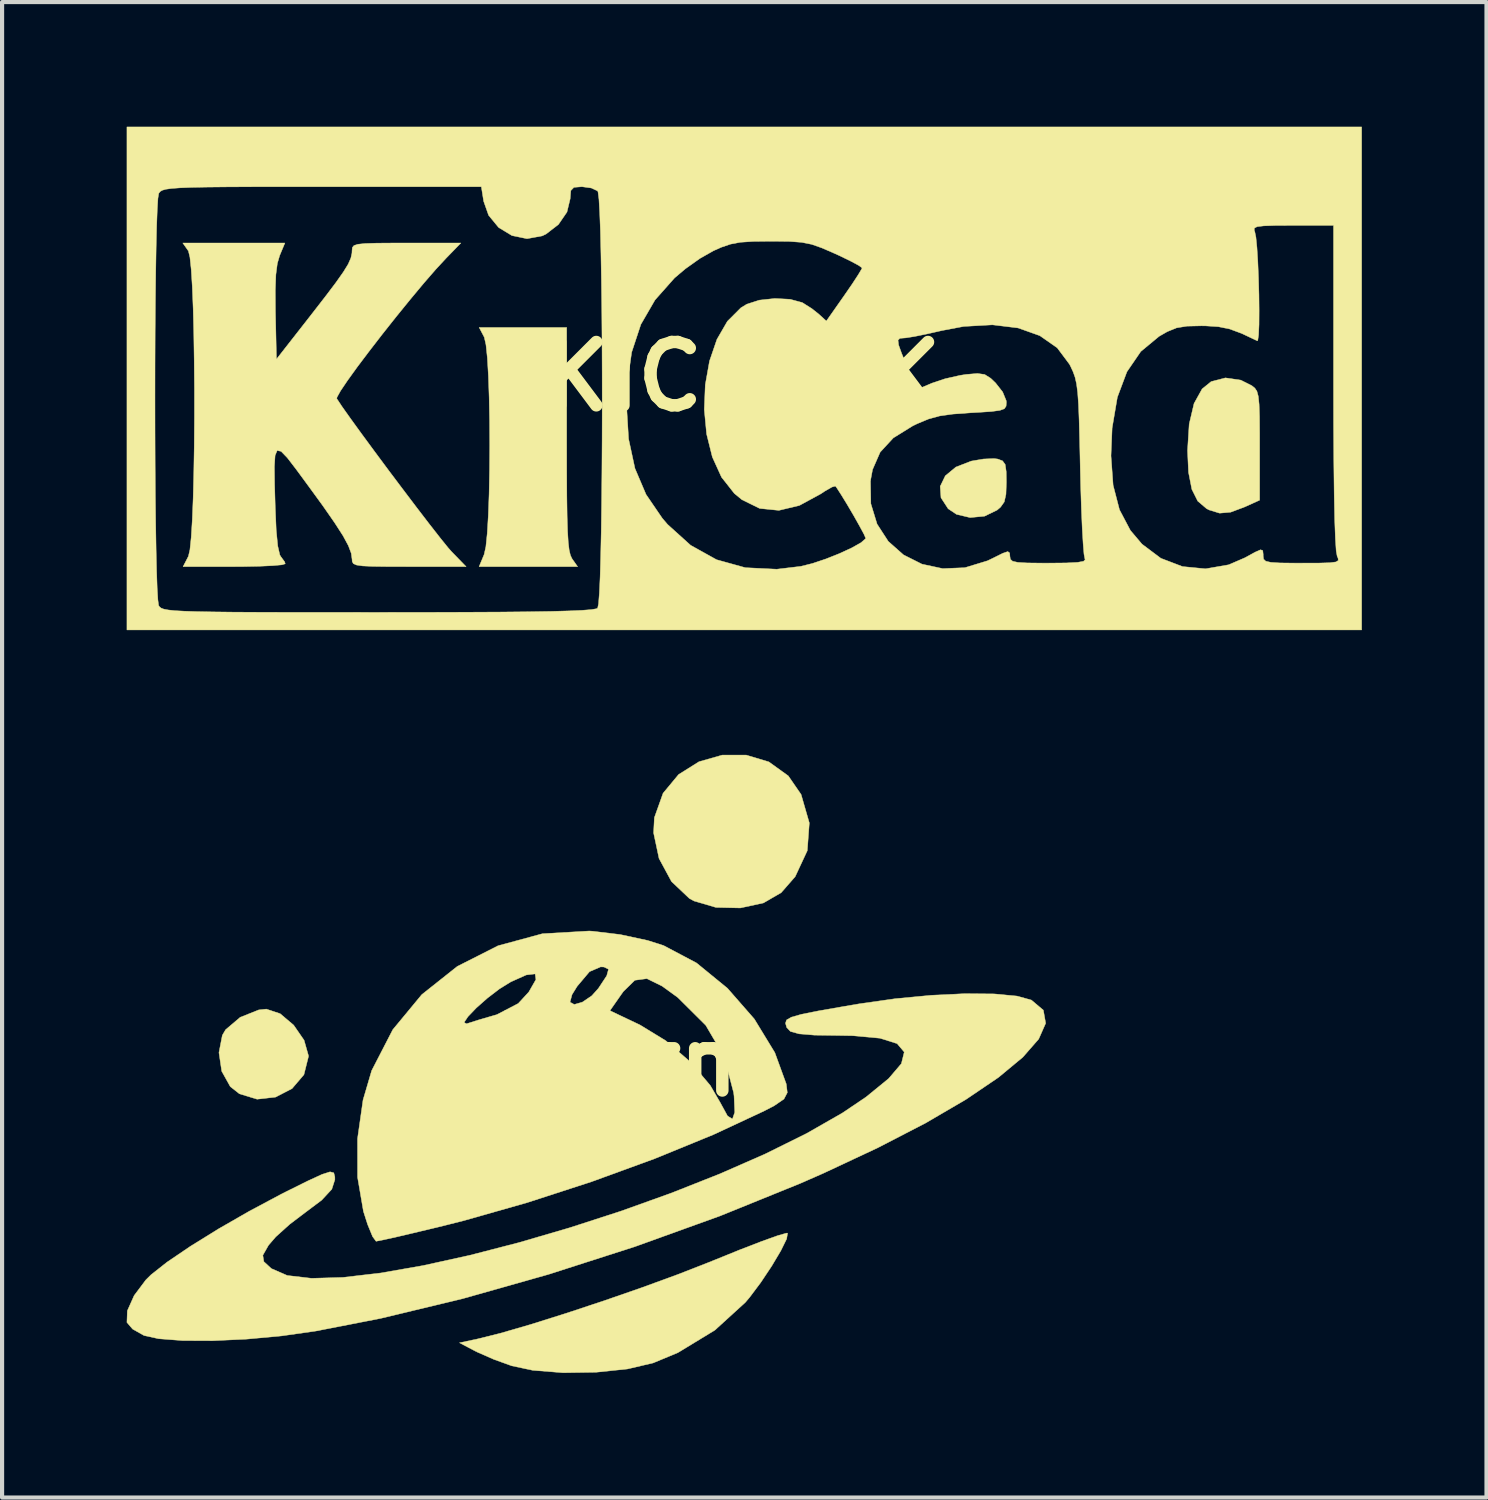
<source format=kicad_pcb>
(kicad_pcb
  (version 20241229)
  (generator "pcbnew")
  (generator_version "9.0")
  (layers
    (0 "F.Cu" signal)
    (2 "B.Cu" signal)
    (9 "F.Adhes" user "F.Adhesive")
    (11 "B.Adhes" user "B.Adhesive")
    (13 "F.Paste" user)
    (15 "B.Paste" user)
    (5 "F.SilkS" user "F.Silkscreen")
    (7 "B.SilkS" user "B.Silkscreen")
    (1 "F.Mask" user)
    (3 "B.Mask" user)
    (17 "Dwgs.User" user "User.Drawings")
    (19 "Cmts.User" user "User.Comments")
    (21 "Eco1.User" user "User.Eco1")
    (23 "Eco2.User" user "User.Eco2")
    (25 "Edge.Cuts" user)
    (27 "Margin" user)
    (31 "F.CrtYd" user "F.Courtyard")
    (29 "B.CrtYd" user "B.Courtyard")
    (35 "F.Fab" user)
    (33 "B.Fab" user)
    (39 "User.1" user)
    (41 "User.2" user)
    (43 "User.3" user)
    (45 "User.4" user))
  (footprint "KiCadSK"
    (layer "F.Cu")
    (at 14.822 6.016)
    (property "Reference" "KiCadSK" (at 0 0 0) (layer "F.SilkS") (effects (font (size 1.524 1.524) (thickness 0.3))))
    (attr through_hole)
    (fp_poly (pts (xy 6.14 1.982) (xy 6.258 2.026) (xy 6.321 2.112) (xy 6.346 2.285) (xy 6.35 2.535) (xy 6.34 2.83) (xy 6.299 3.014) (xy 6.208 3.142) (xy 6.127 3.211) (xy 5.824 3.358) (xy 5.477 3.391) (xy 5.149 3.313) (xy 4.949 3.179) (xy 4.776 2.913) (xy 4.757 2.64) (xy 4.88 2.386) (xy 5.135 2.175) (xy 5.504 2.032) (xy 5.794 1.982) (xy 6.05 1.971) (xy 6.14 1.982)) (stroke (width 0.01) (type solid)) (fill yes) (layer "F.SilkS"))
    (fp_poly (pts (xy 11.992 0.083) (xy 12.258 0.217) (xy 12.33 0.275) (xy 12.38 0.35) (xy 12.413 0.472) (xy 12.433 0.666) (xy 12.443 0.96) (xy 12.446 1.381) (xy 12.446 1.66) (xy 12.446 2.972) (xy 12.086 3.135) (xy 11.747 3.262) (xy 11.482 3.285) (xy 11.231 3.208) (xy 11.167 3.175) (xy 10.956 2.995) (xy 10.814 2.711) (xy 10.734 2.303) (xy 10.71 1.778) (xy 10.75 1.141) (xy 10.867 0.645) (xy 11.061 0.295) (xy 11.279 0.118) (xy 11.622 0.029) (xy 11.992 0.083)) (stroke (width 0.01) (type solid)) (fill yes) (layer "F.SilkS"))
    (fp_poly (pts (xy -4.233 1.505) (xy -4.232 2.269) (xy -4.229 2.881) (xy -4.222 3.359) (xy -4.211 3.722) (xy -4.195 3.987) (xy -4.173 4.172) (xy -4.144 4.295) (xy -4.108 4.374) (xy -4.102 4.384) (xy -3.97 4.572) (xy -6.341 4.572) (xy -6.219 4.278) (xy -6.178 4.094) (xy -6.145 3.772) (xy -6.119 3.34) (xy -6.1 2.825) (xy -6.089 2.255) (xy -6.085 1.658) (xy -6.088 1.062) (xy -6.099 0.493) (xy -6.117 -0.019) (xy -6.142 -0.448) (xy -6.175 -0.766) (xy -6.215 -0.944) (xy -6.218 -0.953) (xy -6.34 -1.185) (xy -4.233 -1.185) (xy -4.233 1.505)) (stroke (width 0.01) (type solid)) (fill yes) (layer "F.SilkS"))
    (fp_poly (pts (xy -11.14 -2.918) (xy -11.197 -2.725) (xy -11.232 -2.456) (xy -11.246 -2.081) (xy -11.243 -1.57) (xy -11.242 -1.52) (xy -11.218 -0.421) (xy -10.406 -1.459) (xy -10.052 -1.915) (xy -9.791 -2.26) (xy -9.609 -2.518) (xy -9.492 -2.708) (xy -9.428 -2.853) (xy -9.401 -2.974) (xy -9.398 -3.042) (xy -9.391 -3.109) (xy -9.353 -3.156) (xy -9.26 -3.187) (xy -9.086 -3.205) (xy -8.807 -3.214) (xy -8.399 -3.217) (xy -8.089 -3.217) (xy -6.78 -3.217) (xy -7.136 -2.85) (xy -7.379 -2.588) (xy -7.67 -2.253) (xy -7.992 -1.867) (xy -8.331 -1.45) (xy -8.668 -1.025) (xy -8.988 -0.611) (xy -9.274 -0.232) (xy -9.509 0.094) (xy -9.677 0.343) (xy -9.761 0.495) (xy -9.766 0.529) (xy -9.641 0.718) (xy -9.434 1.01) (xy -9.165 1.381) (xy -8.853 1.805) (xy -8.515 2.26) (xy -8.17 2.718) (xy -7.837 3.158) (xy -7.534 3.553) (xy -7.279 3.879) (xy -7.091 4.112) (xy -7.003 4.212) (xy -6.653 4.572) (xy -8.026 4.572) (xy -8.536 4.571) (xy -8.901 4.566) (xy -9.145 4.555) (xy -9.293 4.533) (xy -9.368 4.499) (xy -9.395 4.448) (xy -9.398 4.398) (xy -9.418 4.251) (xy -9.487 4.068) (xy -9.615 3.83) (xy -9.816 3.518) (xy -10.099 3.111) (xy -10.447 2.633) (xy -10.741 2.233) (xy -10.957 1.952) (xy -11.107 1.797) (xy -11.201 1.777) (xy -11.251 1.897) (xy -11.268 2.165) (xy -11.263 2.589) (xy -11.247 3.15) (xy -11.224 3.694) (xy -11.187 4.075) (xy -11.137 4.291) (xy -11.113 4.331) (xy -11.021 4.456) (xy -11.007 4.504) (xy -11.086 4.528) (xy -11.306 4.548) (xy -11.635 4.563) (xy -12.044 4.571) (xy -12.237 4.572) (xy -13.466 4.572) (xy -13.337 4.322) (xy -13.301 4.167) (xy -13.27 3.868) (xy -13.244 3.447) (xy -13.223 2.926) (xy -13.208 2.327) (xy -13.197 1.673) (xy -13.192 0.986) (xy -13.192 0.288) (xy -13.198 -0.398) (xy -13.208 -1.05) (xy -13.223 -1.646) (xy -13.244 -2.164) (xy -13.27 -2.581) (xy -13.301 -2.875) (xy -13.337 -3.024) (xy -13.34 -3.029) (xy -13.472 -3.217) (xy -11.015 -3.217) (xy -11.14 -2.918)) (stroke (width 0.01) (type solid)) (fill yes) (layer "F.SilkS"))
    (fp_poly (pts (xy 14.901 6.096) (xy -14.817 6.096) (xy -14.817 0.512) (xy -14.142 0.512) (xy -14.141 1.313) (xy -14.138 2.096) (xy -14.133 2.842) (xy -14.125 3.533) (xy -14.115 4.15) (xy -14.103 4.675) (xy -14.089 5.088) (xy -14.072 5.371) (xy -14.054 5.505) (xy -14.052 5.509) (xy -14.029 5.543) (xy -13.992 5.571) (xy -13.927 5.595) (xy -13.821 5.615) (xy -13.663 5.632) (xy -13.439 5.644) (xy -13.137 5.654) (xy -12.744 5.661) (xy -12.247 5.667) (xy -11.633 5.67) (xy -10.891 5.672) (xy -10.007 5.672) (xy -8.968 5.673) (xy -8.777 5.673) (xy -7.642 5.672) (xy -6.666 5.669) (xy -5.841 5.665) (xy -5.157 5.658) (xy -4.605 5.649) (xy -4.174 5.637) (xy -3.857 5.623) (xy -3.642 5.606) (xy -3.521 5.586) (xy -3.488 5.571) (xy -3.466 5.466) (xy -3.446 5.209) (xy -3.428 4.82) (xy -3.414 4.317) (xy -3.401 3.718) (xy -3.392 3.041) (xy -3.385 2.305) (xy -3.38 1.529) (xy -3.378 0.73) (xy -3.378 0.674) (xy -2.793 0.674) (xy -2.743 1.497) (xy -2.59 2.208) (xy -2.323 2.835) (xy -1.933 3.406) (xy -1.804 3.557) (xy -1.249 4.058) (xy -0.625 4.405) (xy 0.067 4.597) (xy 0.824 4.634) (xy 1.403 4.565) (xy 1.683 4.495) (xy 2.008 4.386) (xy 2.337 4.255) (xy 2.631 4.119) (xy 2.851 3.995) (xy 2.959 3.901) (xy 2.963 3.885) (xy 2.923 3.792) (xy 2.819 3.599) (xy 2.677 3.347) (xy 2.521 3.081) (xy 2.376 2.844) (xy 2.269 2.678) (xy 2.235 2.633) (xy 2.154 2.656) (xy 1.984 2.753) (xy 1.885 2.819) (xy 1.368 3.1) (xy 0.875 3.218) (xy 0.412 3.171) (xy -0.015 2.961) (xy -0.198 2.81) (xy -0.438 2.505) (xy 3.079 2.505) (xy 3.088 3.058) (xy 3.238 3.548) (xy 3.507 3.963) (xy 3.875 4.289) (xy 4.319 4.512) (xy 4.818 4.619) (xy 5.351 4.597) (xy 5.896 4.431) (xy 6.031 4.366) (xy 6.264 4.25) (xy 6.384 4.209) (xy 6.428 4.242) (xy 6.435 4.322) (xy 6.446 4.394) (xy 6.5 4.442) (xy 6.626 4.47) (xy 6.853 4.483) (xy 7.209 4.487) (xy 7.371 4.487) (xy 7.791 4.483) (xy 8.063 4.469) (xy 8.208 4.443) (xy 8.247 4.401) (xy 8.239 4.381) (xy 8.218 4.27) (xy 8.197 4.014) (xy 8.175 3.638) (xy 8.155 3.166) (xy 8.138 2.622) (xy 8.128 2.199) (xy 8.122 1.905) (xy 8.868 1.905) (xy 8.919 2.612) (xy 9.072 3.202) (xy 9.334 3.699) (xy 9.614 4.03) (xy 10.068 4.371) (xy 10.589 4.57) (xy 11.144 4.624) (xy 11.701 4.527) (xy 12.094 4.357) (xy 12.338 4.223) (xy 12.468 4.166) (xy 12.521 4.185) (xy 12.531 4.275) (xy 12.531 4.318) (xy 12.541 4.392) (xy 12.593 4.441) (xy 12.715 4.469) (xy 12.936 4.483) (xy 13.285 4.487) (xy 13.465 4.487) (xy 13.871 4.486) (xy 14.135 4.478) (xy 14.282 4.459) (xy 14.339 4.423) (xy 14.332 4.365) (xy 14.312 4.324) (xy 14.288 4.193) (xy 14.269 3.898) (xy 14.252 3.442) (xy 14.24 2.829) (xy 14.231 2.064) (xy 14.225 1.152) (xy 14.224 0.26) (xy 14.224 -3.641) (xy 13.241 -3.641) (xy 12.822 -3.639) (xy 12.546 -3.63) (xy 12.387 -3.611) (xy 12.319 -3.577) (xy 12.316 -3.523) (xy 12.328 -3.493) (xy 12.356 -3.359) (xy 12.381 -3.107) (xy 12.402 -2.77) (xy 12.418 -2.382) (xy 12.429 -1.978) (xy 12.433 -1.591) (xy 12.431 -1.255) (xy 12.42 -1.005) (xy 12.401 -0.874) (xy 12.389 -0.863) (xy 12.015 -1.04) (xy 11.723 -1.148) (xy 11.452 -1.203) (xy 11.139 -1.223) (xy 11.042 -1.224) (xy 10.696 -1.216) (xy 10.446 -1.175) (xy 10.221 -1.083) (xy 10.026 -0.971) (xy 9.585 -0.606) (xy 9.251 -0.118) (xy 9.021 0.495) (xy 8.895 1.237) (xy 8.868 1.905) (xy 8.122 1.905) (xy 8.114 1.551) (xy 8.101 1.048) (xy 8.086 0.667) (xy 8.066 0.384) (xy 8.039 0.174) (xy 8.003 0.014) (xy 7.955 -0.12) (xy 7.893 -0.253) (xy 7.869 -0.299) (xy 7.574 -0.694) (xy 7.156 -0.986) (xy 6.631 -1.173) (xy 6.015 -1.248) (xy 5.322 -1.209) (xy 4.798 -1.11) (xy 4.446 -1.03) (xy 4.142 -0.968) (xy 3.935 -0.935) (xy 3.888 -0.931) (xy 3.787 -0.923) (xy 3.742 -0.878) (xy 3.755 -0.766) (xy 3.83 -0.558) (xy 3.96 -0.244) (xy 4.194 0.311) (xy 4.561 0.155) (xy 4.875 0.05) (xy 5.238 -0.032) (xy 5.381 -0.054) (xy 5.653 -0.077) (xy 5.827 -0.053) (xy 5.972 0.038) (xy 6.091 0.152) (xy 6.261 0.369) (xy 6.346 0.577) (xy 6.35 0.616) (xy 6.343 0.71) (xy 6.301 0.772) (xy 6.194 0.811) (xy 5.992 0.838) (xy 5.662 0.86) (xy 5.495 0.869) (xy 5.064 0.9) (xy 4.745 0.945) (xy 4.478 1.018) (xy 4.204 1.132) (xy 4.095 1.185) (xy 3.629 1.474) (xy 3.312 1.817) (xy 3.129 2.236) (xy 3.079 2.505) (xy -0.438 2.505) (xy -0.506 2.42) (xy -0.727 1.934) (xy -0.865 1.381) (xy -0.921 0.791) (xy -0.897 0.195) (xy -0.795 -0.377) (xy -0.617 -0.897) (xy -0.365 -1.333) (xy -0.041 -1.657) (xy 0.102 -1.745) (xy 0.404 -1.842) (xy 0.776 -1.882) (xy 1.144 -1.863) (xy 1.433 -1.785) (xy 1.443 -1.78) (xy 1.671 -1.636) (xy 1.834 -1.506) (xy 2.017 -1.339) (xy 2.448 -1.953) (xy 2.64 -2.232) (xy 2.787 -2.457) (xy 2.868 -2.594) (xy 2.877 -2.617) (xy 2.805 -2.672) (xy 2.613 -2.776) (xy 2.338 -2.91) (xy 2.221 -2.963) (xy 1.911 -3.098) (xy 1.664 -3.185) (xy 1.424 -3.233) (xy 1.133 -3.255) (xy 0.737 -3.26) (xy 0.677 -3.26) (xy 0.254 -3.255) (xy -0.051 -3.235) (xy -0.29 -3.19) (xy -0.513 -3.114) (xy -0.699 -3.031) (xy -1.024 -2.847) (xy -1.377 -2.596) (xy -1.637 -2.376) (xy -2.107 -1.846) (xy -2.448 -1.257) (xy -2.669 -0.587) (xy -2.778 0.186) (xy -2.793 0.674) (xy -3.378 0.674) (xy -3.379 -0.074) (xy -3.382 -0.862) (xy -3.388 -1.619) (xy -3.397 -2.324) (xy -3.408 -2.96) (xy -3.421 -3.508) (xy -3.438 -3.95) (xy -3.456 -4.268) (xy -3.478 -4.443) (xy -3.488 -4.47) (xy -3.639 -4.541) (xy -3.863 -4.572) (xy -3.869 -4.572) (xy -4.058 -4.557) (xy -4.134 -4.478) (xy -4.149 -4.282) (xy -4.226 -3.962) (xy -4.432 -3.662) (xy -4.729 -3.433) (xy -4.823 -3.388) (xy -5.188 -3.321) (xy -5.55 -3.396) (xy -5.871 -3.591) (xy -6.112 -3.884) (xy -6.231 -4.222) (xy -6.287 -4.572) (xy -10.126 -4.572) (xy -11.032 -4.572) (xy -11.783 -4.571) (xy -12.396 -4.568) (xy -12.883 -4.563) (xy -13.26 -4.556) (xy -13.542 -4.545) (xy -13.744 -4.53) (xy -13.881 -4.511) (xy -13.967 -4.486) (xy -14.017 -4.456) (xy -14.046 -4.419) (xy -14.052 -4.408) (xy -14.071 -4.289) (xy -14.087 -4.02) (xy -14.102 -3.618) (xy -14.114 -3.104) (xy -14.124 -2.494) (xy -14.132 -1.81) (xy -14.138 -1.068) (xy -14.141 -0.287) (xy -14.142 0.512) (xy -14.817 0.512) (xy -14.817 -6.011) (xy 14.901 -6.011) (xy 14.901 6.096)) (stroke (width 0.01) (type solid)) (fill yes) (layer "F.SilkS")))
  (footprint "saturn"
    (layer "F.Cu")
    (at 11.106 22.507)
    (property "Reference" "saturn" (at 0 0 0) (layer "F.SilkS") (effects (font (size 1.524 1.524) (thickness 0.3))))
    (attr through_hole)
    (fp_poly (pts (xy -7.414 -1.16) (xy -7.088 -0.884) (xy -6.837 -0.52) (xy -6.731 -0.146) (xy -6.731 -0.131) (xy -6.841 0.309) (xy -7.127 0.644) (xy -7.524 0.849) (xy -7.968 0.899) (xy -8.394 0.769) (xy -8.614 0.595) (xy -8.819 0.227) (xy -8.886 -0.223) (xy -8.805 -0.639) (xy -8.727 -0.773) (xy -8.374 -1.073) (xy -7.929 -1.25) (xy -7.746 -1.27) (xy -7.414 -1.16)) (stroke (width 0.01) (type solid)) (fill yes) (layer "F.SilkS"))
    (fp_poly (pts (xy 4.349 -7.22) (xy 4.817 -6.883) (xy 5.125 -6.436) (xy 5.323 -5.75) (xy 5.274 -5.082) (xy 4.983 -4.458) (xy 4.646 -4.072) (xy 4.218 -3.824) (xy 3.663 -3.704) (xy 3.075 -3.717) (xy 2.55 -3.871) (xy 2.436 -3.933) (xy 2.006 -4.34) (xy 1.706 -4.895) (xy 1.575 -5.511) (xy 1.594 -5.879) (xy 1.803 -6.465) (xy 2.177 -6.916) (xy 2.668 -7.224) (xy 3.226 -7.383) (xy 3.803 -7.384) (xy 4.349 -7.22)) (stroke (width 0.01) (type solid)) (fill yes) (layer "F.SilkS"))
    (fp_poly (pts (xy 4.8 4.123) (xy 4.777 4.262) (xy 4.638 4.545) (xy 4.419 4.913) (xy 4.156 5.308) (xy 3.885 5.669) (xy 3.782 5.791) (xy 3.049 6.459) (xy 2.159 7) (xy 1.565 7.247) (xy 0.947 7.392) (xy 0.192 7.471) (xy -0.601 7.483) (xy -1.334 7.424) (xy -1.841 7.316) (xy -2.273 7.16) (xy -2.673 6.984) (xy -2.723 6.959) (xy -3.097 6.762) (xy -2.66 6.669) (xy -2.111 6.532) (xy -1.384 6.321) (xy -0.536 6.054) (xy 0.376 5.752) (xy 1.295 5.433) (xy 2.162 5.116) (xy 2.92 4.82) (xy 3.038 4.772) (xy 3.645 4.526) (xy 4.165 4.325) (xy 4.555 4.185) (xy 4.771 4.123) (xy 4.8 4.123)) (stroke (width 0.01) (type solid)) (fill yes) (layer "F.SilkS"))
    (fp_poly (pts (xy 9.771 -1.635) (xy 10.324 -1.583) (xy 10.668 -1.487) (xy 10.956 -1.244) (xy 11.012 -0.929) (xy 10.844 -0.549) (xy 10.462 -0.112) (xy 9.875 0.375) (xy 9.093 0.905) (xy 8.123 1.472) (xy 6.975 2.066) (xy 5.658 2.683) (xy 5.109 2.924) (xy 3.176 3.708) (xy 1.133 4.445) (xy -0.953 5.115) (xy -3.018 5.699) (xy -4.996 6.175) (xy -6.56 6.48) (xy -7.378 6.596) (xy -8.221 6.674) (xy -9.033 6.712) (xy -9.758 6.709) (xy -10.339 6.664) (xy -10.689 6.587) (xy -10.964 6.432) (xy -11.101 6.272) (xy -11.091 5.991) (xy -10.927 5.624) (xy -10.647 5.25) (xy -10.521 5.125) (xy -10.136 4.821) (xy -9.577 4.442) (xy -8.898 4.021) (xy -8.153 3.593) (xy -7.399 3.191) (xy -7.271 3.126) (xy -6.745 2.865) (xy -6.406 2.709) (xy -6.212 2.647) (xy -6.122 2.671) (xy -6.097 2.768) (xy -6.096 2.835) (xy -6.17 3.066) (xy -6.413 3.328) (xy -6.786 3.608) (xy -7.184 3.91) (xy -7.52 4.213) (xy -7.693 4.414) (xy -7.83 4.655) (xy -7.806 4.808) (xy -7.624 4.976) (xy -7.243 5.142) (xy -6.659 5.21) (xy -5.9 5.188) (xy -4.993 5.082) (xy -3.967 4.902) (xy -2.847 4.655) (xy -1.663 4.349) (xy -0.442 3.992) (xy 0.789 3.593) (xy 2.002 3.158) (xy 3.17 2.696) (xy 4.264 2.216) (xy 5.257 1.724) (xy 6.122 1.229) (xy 6.688 0.847) (xy 7.232 0.403) (xy 7.539 0.043) (xy 7.608 -0.236) (xy 7.436 -0.439) (xy 7.023 -0.569) (xy 6.366 -0.629) (xy 6.022 -0.635) (xy 5.445 -0.643) (xy 5.076 -0.674) (xy 4.869 -0.732) (xy 4.779 -0.827) (xy 4.778 -0.83) (xy 4.75 -0.93) (xy 4.775 -1.008) (xy 4.891 -1.075) (xy 5.132 -1.144) (xy 5.535 -1.225) (xy 6.135 -1.33) (xy 6.521 -1.396) (xy 7.392 -1.52) (xy 8.256 -1.602) (xy 9.066 -1.641) (xy 9.771 -1.635)) (stroke (width 0.01) (type solid)) (fill yes) (layer "F.SilkS"))
    (fp_poly (pts (xy 0.106 -3.144) (xy 0.771 -3.064) (xy 1.431 -2.922) (xy 1.814 -2.8) (xy 2.608 -2.38) (xy 3.353 -1.771) (xy 3.999 -1.032) (xy 4.493 -0.222) (xy 4.768 0.532) (xy 4.793 0.741) (xy 4.712 0.896) (xy 4.477 1.057) (xy 4.234 1.183) (xy 3.007 1.755) (xy 1.6 2.331) (xy 0.084 2.884) (xy -1.468 3.388) (xy -2.984 3.819) (xy -3.47 3.942) (xy -4.065 4.085) (xy -4.569 4.204) (xy -4.931 4.285) (xy -5.101 4.318) (xy -5.105 4.318) (xy -5.188 4.206) (xy -5.307 3.917) (xy -5.409 3.599) (xy -5.55 2.778) (xy -5.551 1.85) (xy -5.418 0.917) (xy -5.21 0.21) (xy -4.702 -0.775) (xy -4.558 -0.949) (xy -2.986 -0.949) (xy -2.929 -0.916) (xy -2.897 -0.926) (xy -2.636 -1.009) (xy -2.27 -1.116) (xy -2.199 -1.136) (xy -2.014 -1.232) (xy 0.524 -1.232) (xy 1.246 -0.889) (xy 1.869 -0.508) (xy 2.459 0.001) (xy 2.938 0.566) (xy 3.183 0.988) (xy 3.355 1.303) (xy 3.473 1.376) (xy 3.529 1.214) (xy 3.512 0.825) (xy 3.502 0.744) (xy 3.275 -0.121) (xy 2.83 -0.88) (xy 2.156 -1.55) (xy 1.781 -1.822) (xy 1.414 -2.003) (xy 1.124 -1.964) (xy 0.847 -1.693) (xy 0.802 -1.63) (xy 0.524 -1.232) (xy -2.014 -1.232) (xy -1.684 -1.404) (xy -1.653 -1.437) (xy -0.437 -1.437) (xy -0.334 -1.381) (xy -0.139 -1.437) (xy 0.088 -1.591) (xy 0.245 -1.766) (xy 0.447 -2.072) (xy 0.49 -2.229) (xy 0.38 -2.283) (xy 0.3 -2.286) (xy 0.033 -2.171) (xy -0.264 -1.819) (xy -0.388 -1.619) (xy -0.437 -1.437) (xy -1.653 -1.437) (xy -1.428 -1.682) (xy -1.257 -1.981) (xy -1.276 -2.117) (xy -1.489 -2.092) (xy -1.864 -1.924) (xy -2.135 -1.756) (xy -2.425 -1.534) (xy -2.692 -1.298) (xy -2.892 -1.089) (xy -2.986 -0.949) (xy -4.558 -0.949) (xy -4.004 -1.619) (xy -3.149 -2.298) (xy -2.17 -2.794) (xy -1.101 -3.084) (xy 0.025 -3.149) (xy 0.106 -3.144)) (stroke (width 0.01) (type solid)) (fill yes) (layer "F.SilkS")))
  (gr_rect
    (start -3 -3)
    (end 32.728 32.994)
    (stroke (width 0.1) (type default))
    (fill no)
    (layer "Edge.Cuts")))
</source>
